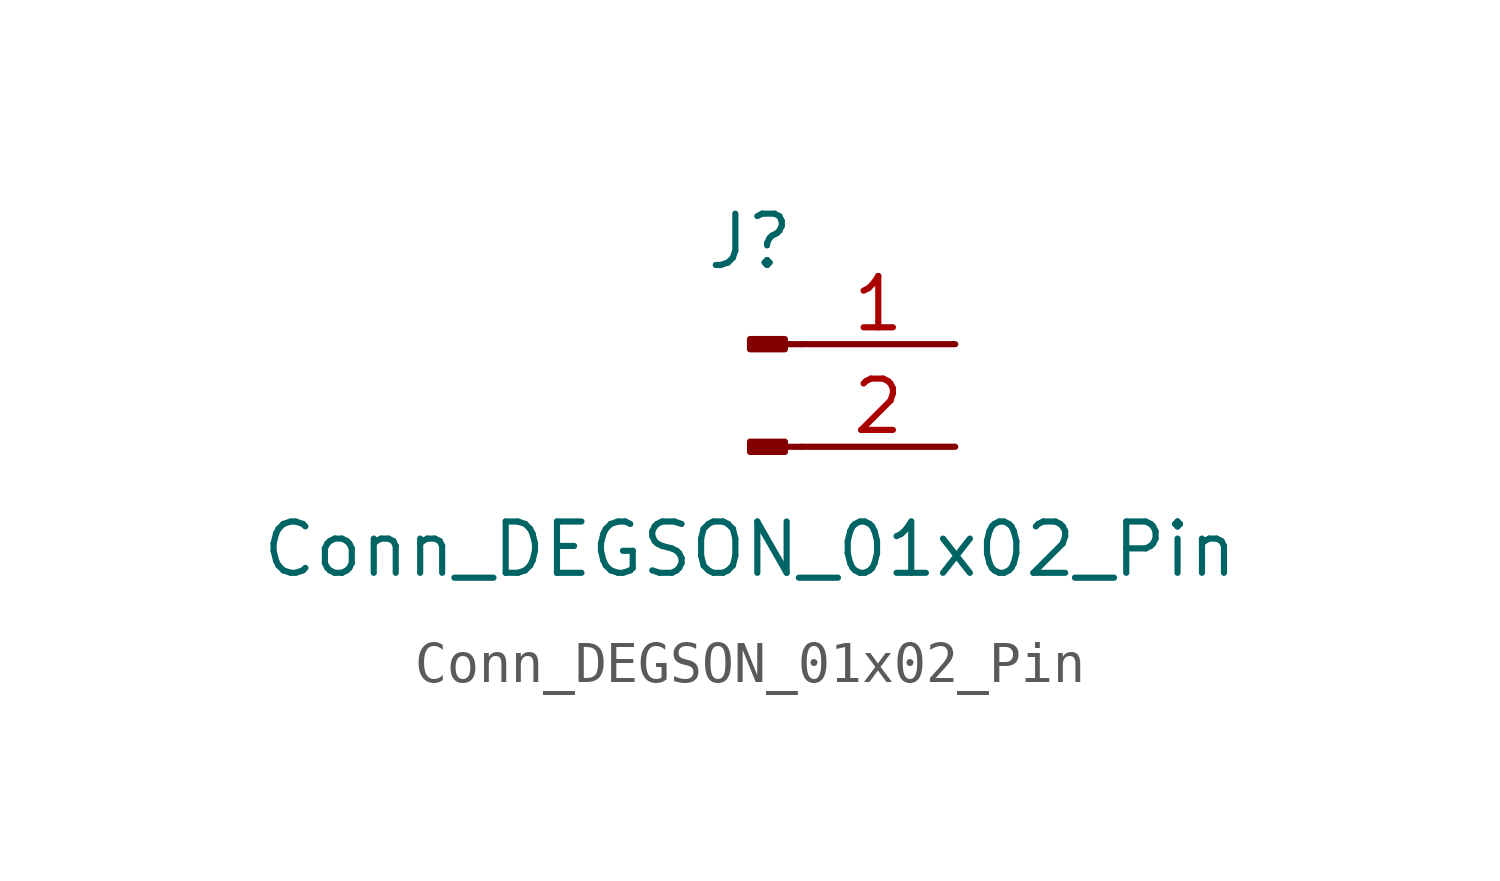
<source format=kicad_sym>
(kicad_symbol_lib
  (version 20241209)
  (generator "kicad_symbol_editor")
  (generator_version "9.0")
  (symbol "Conn_DEGSON_01x02_Pin"
    (pin_names
      (offset 1.016)
      (hide yes))
    (property "Reference" "J"
      (at 0 2.54 0)
      (effects (font (size 1.27 1.27))))
    (property "Value" "Conn_DEGSON_01x02_Pin"
      (at 0 -5.08 0)
      (effects (font (size 1.27 1.27))))
    (symbol "Conn_DEGSON_01x02_Pin_1_1"
      (rectangle (start 0.864 0.127) (end 0 -0.127) (stroke (width 0.152) (type default)) (fill (type outline)))
      (rectangle (start 0.864 -2.413) (end 0 -2.667) (stroke (width 0.152) (type default)) (fill (type outline)))
      (polyline (pts (xy 1.27 0) (xy 0.864 0)) (stroke (width 0.152) (type default)) (fill (type none)))
      (polyline (pts (xy 1.27 -2.54) (xy 0.864 -2.54)) (stroke (width 0.152) (type default)) (fill (type none)))
      (pin passive line (at 5.08 0 180) (length 3.81) (name "Pin_1" (effects (font (size 1.27 1.27)))) (number "1" (effects (font (size 1.27 1.27)))))
      (pin passive line (at 5.08 -2.54 180) (length 3.81) (name "Pin_2" (effects (font (size 1.27 1.27)))) (number "2" (effects (font (size 1.27 1.27))))))))
</source>
